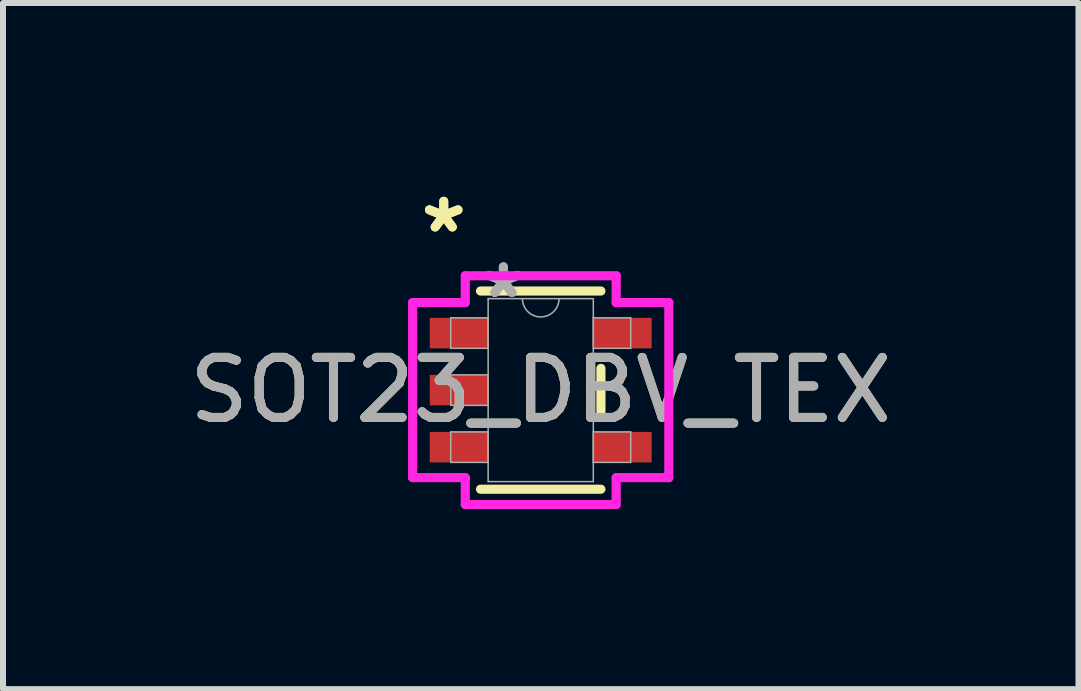
<source format=kicad_pcb>
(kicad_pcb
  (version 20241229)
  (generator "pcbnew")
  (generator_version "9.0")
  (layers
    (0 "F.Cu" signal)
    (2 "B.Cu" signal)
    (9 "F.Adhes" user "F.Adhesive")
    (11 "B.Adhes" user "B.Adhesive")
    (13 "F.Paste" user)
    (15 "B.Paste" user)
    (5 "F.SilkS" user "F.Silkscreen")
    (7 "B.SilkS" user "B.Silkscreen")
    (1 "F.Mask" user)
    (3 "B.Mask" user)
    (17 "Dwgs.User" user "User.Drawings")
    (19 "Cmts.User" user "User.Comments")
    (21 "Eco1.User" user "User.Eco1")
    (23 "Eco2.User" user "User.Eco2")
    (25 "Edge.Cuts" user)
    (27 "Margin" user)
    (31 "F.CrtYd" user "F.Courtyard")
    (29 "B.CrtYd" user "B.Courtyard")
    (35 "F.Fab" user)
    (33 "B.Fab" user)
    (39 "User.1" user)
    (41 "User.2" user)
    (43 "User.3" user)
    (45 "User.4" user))
  (footprint "SOT23_DBV_TEX"
    (layer "F.Cu")
    (at 5.958 3.449)
    (property "Reference" "SOT23_DBV_TEX" (at 0 0 0) (unlocked yes) (layer "F.SilkS") (effects (font (size 1 1) (thickness 0.15))))
    (attr smd)
    (fp_line (start -1.003 1.651) (end 1.003 1.651) (stroke (width 0.152) (type solid)) (layer "F.SilkS"))
    (fp_line (start 1.003 -1.651) (end -1.003 -1.651) (stroke (width 0.152) (type solid)) (layer "F.SilkS"))
    (fp_line (start 1.003 0.363) (end 1.003 -0.363) (stroke (width 0.152) (type solid)) (layer "F.SilkS"))
    (fp_line (start -2.134 -1.458) (end -1.257 -1.458) (stroke (width 0.152) (type solid)) (layer "F.CrtYd"))
    (fp_line (start -2.134 1.458) (end -2.134 -1.458) (stroke (width 0.152) (type solid)) (layer "F.CrtYd"))
    (fp_line (start -1.257 -1.905) (end 1.257 -1.905) (stroke (width 0.152) (type solid)) (layer "F.CrtYd"))
    (fp_line (start -1.257 -1.458) (end -1.257 -1.905) (stroke (width 0.152) (type solid)) (layer "F.CrtYd"))
    (fp_line (start -1.257 1.458) (end -2.134 1.458) (stroke (width 0.152) (type solid)) (layer "F.CrtYd"))
    (fp_line (start -1.257 1.905) (end -1.257 1.458) (stroke (width 0.152) (type solid)) (layer "F.CrtYd"))
    (fp_line (start 1.257 -1.905) (end 1.257 -1.458) (stroke (width 0.152) (type solid)) (layer "F.CrtYd"))
    (fp_line (start 1.257 -1.458) (end 2.134 -1.458) (stroke (width 0.152) (type solid)) (layer "F.CrtYd"))
    (fp_line (start 1.257 1.458) (end 1.257 1.905) (stroke (width 0.152) (type solid)) (layer "F.CrtYd"))
    (fp_line (start 1.257 1.905) (end -1.257 1.905) (stroke (width 0.152) (type solid)) (layer "F.CrtYd"))
    (fp_line (start 2.134 -1.458) (end 2.134 1.458) (stroke (width 0.152) (type solid)) (layer "F.CrtYd"))
    (fp_line (start 2.134 1.458) (end 1.257 1.458) (stroke (width 0.152) (type solid)) (layer "F.CrtYd"))
    (fp_line (start -1.499 -1.204) (end -1.499 -0.696) (stroke (width 0.025) (type solid)) (layer "F.Fab"))
    (fp_line (start -1.499 -0.696) (end -0.876 -0.696) (stroke (width 0.025) (type solid)) (layer "F.Fab"))
    (fp_line (start -1.499 -0.254) (end -1.499 0.254) (stroke (width 0.025) (type solid)) (layer "F.Fab"))
    (fp_line (start -1.499 0.254) (end -0.876 0.254) (stroke (width 0.025) (type solid)) (layer "F.Fab"))
    (fp_line (start -1.499 0.696) (end -1.499 1.204) (stroke (width 0.025) (type solid)) (layer "F.Fab"))
    (fp_line (start -1.499 1.204) (end -0.876 1.204) (stroke (width 0.025) (type solid)) (layer "F.Fab"))
    (fp_line (start -0.876 -1.524) (end -0.876 1.524) (stroke (width 0.025) (type solid)) (layer "F.Fab"))
    (fp_line (start -0.876 -1.204) (end -1.499 -1.204) (stroke (width 0.025) (type solid)) (layer "F.Fab"))
    (fp_line (start -0.876 -0.696) (end -0.876 -1.204) (stroke (width 0.025) (type solid)) (layer "F.Fab"))
    (fp_line (start -0.876 -0.254) (end -1.499 -0.254) (stroke (width 0.025) (type solid)) (layer "F.Fab"))
    (fp_line (start -0.876 0.254) (end -0.876 -0.254) (stroke (width 0.025) (type solid)) (layer "F.Fab"))
    (fp_line (start -0.876 0.696) (end -1.499 0.696) (stroke (width 0.025) (type solid)) (layer "F.Fab"))
    (fp_line (start -0.876 1.204) (end -0.876 0.696) (stroke (width 0.025) (type solid)) (layer "F.Fab"))
    (fp_line (start -0.876 1.524) (end 0.876 1.524) (stroke (width 0.025) (type solid)) (layer "F.Fab"))
    (fp_line (start 0.876 -1.524) (end -0.876 -1.524) (stroke (width 0.025) (type solid)) (layer "F.Fab"))
    (fp_line (start 0.876 -1.204) (end 0.876 -0.696) (stroke (width 0.025) (type solid)) (layer "F.Fab"))
    (fp_line (start 0.876 -0.696) (end 1.499 -0.696) (stroke (width 0.025) (type solid)) (layer "F.Fab"))
    (fp_line (start 0.876 0.696) (end 0.876 1.204) (stroke (width 0.025) (type solid)) (layer "F.Fab"))
    (fp_line (start 0.876 1.204) (end 1.499 1.204) (stroke (width 0.025) (type solid)) (layer "F.Fab"))
    (fp_line (start 0.876 1.524) (end 0.876 -1.524) (stroke (width 0.025) (type solid)) (layer "F.Fab"))
    (fp_line (start 1.499 -1.204) (end 0.876 -1.204) (stroke (width 0.025) (type solid)) (layer "F.Fab"))
    (fp_line (start 1.499 -0.696) (end 1.499 -1.204) (stroke (width 0.025) (type solid)) (layer "F.Fab"))
    (fp_line (start 1.499 0.696) (end 0.876 0.696) (stroke (width 0.025) (type solid)) (layer "F.Fab"))
    (fp_line (start 1.499 1.204) (end 1.499 0.696) (stroke (width 0.025) (type solid)) (layer "F.Fab"))
    (fp_arc (start 0.3048 -1.524) (mid 0 -1.2192) (end -0.3048 -1.524) (stroke (width 0.0254) (type solid)) (layer "F.Fab"))
    (fp_text user "*" (at -1.616 -2.601 0) (unlocked yes) (layer "F.SilkS") (effects (font (size 1 1) (thickness 0.15))))
    (fp_text user "*" (at -1.616 -2.601 0) (layer "F.SilkS") (effects (font (size 1 1) (thickness 0.15))))
    (fp_text user "${REFERENCE}" (at 0 0 0) (unlocked yes) (layer "F.Fab") (effects (font (size 1 1) (thickness 0.15))))
    (fp_text user "*" (at -0.622 -1.509 0) (layer "F.Fab") (effects (font (size 1 1) (thickness 0.15))))
    (fp_text user "*" (at -0.622 -1.509 0) (unlocked yes) (layer "F.Fab") (effects (font (size 1 1) (thickness 0.15))))
    (pad "1" smd rect (at -1.362 -0.95) (size 0.972 0.508) (layers "F.Cu" "F.Mask" "F.Paste"))
    (pad "2" smd rect (at -1.362 0) (size 0.972 0.508) (layers "F.Cu" "F.Mask" "F.Paste"))
    (pad "3" smd rect (at -1.362 0.95) (size 0.972 0.508) (layers "F.Cu" "F.Mask" "F.Paste"))
    (pad "4" smd rect (at 1.362 0.95) (size 0.972 0.508) (layers "F.Cu" "F.Mask" "F.Paste"))
    (pad "5" smd rect (at 1.362 -0.95) (size 0.972 0.508) (layers "F.Cu" "F.Mask" "F.Paste")))
  (gr_rect
    (start -3 -3)
    (end 14.917 8.43)
    (stroke (width 0.1) (type default))
    (fill no)
    (layer "Edge.Cuts")))
</source>
